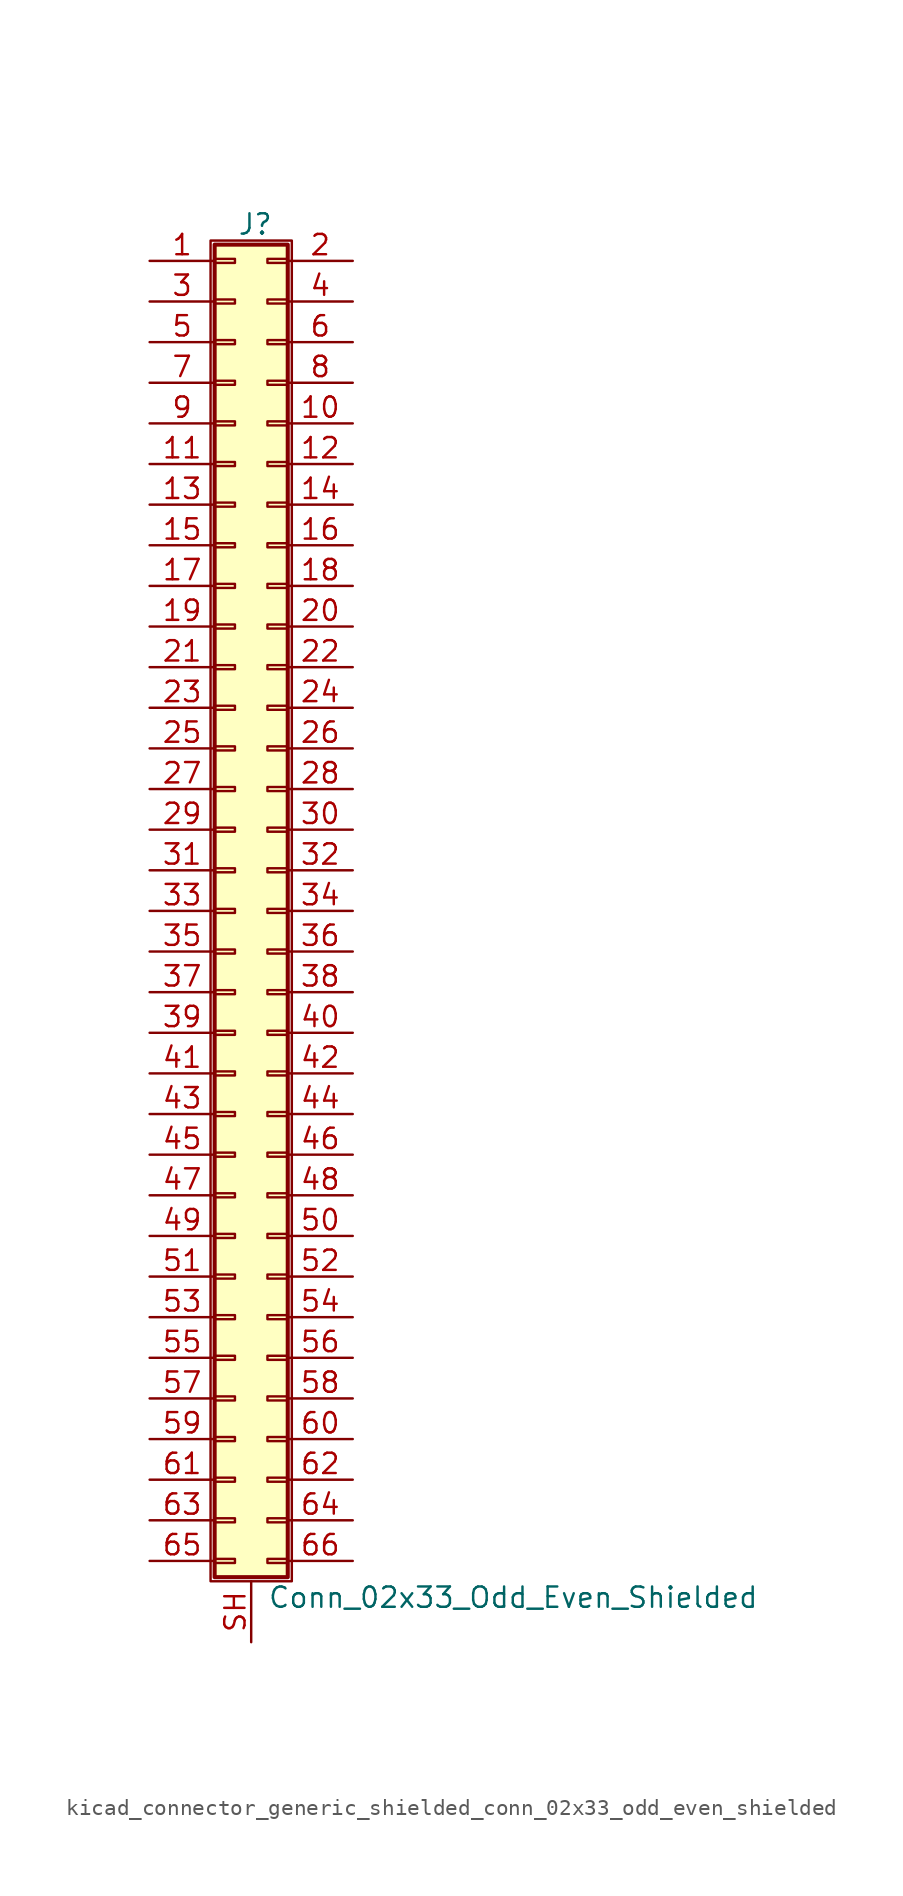
<source format=kicad_sym>
(kicad_symbol_lib
  (version 20220914)
  (generator kicad_symbol_editor)
  (symbol "kicad_connector_generic_shielded_conn_02x33_odd_even_shielded"
    (pin_names
      (offset 1.016) hide)
    (property "Reference" "J"
      (at 1.524 42.926 0)
      (effects (font (size 1.27 1.27))))
    (property "Value" "Conn_02x33_Odd_Even_Shielded"
      (at 2.286 -42.926 0)
      (effects (font (size 1.27 1.27)) (justify left)))
    (symbol "kicad_connector_generic_shielded_conn_02x33_odd_even_shielded_1_1"
      (rectangle (start -1.27 41.91) (end 3.81 -41.91) (stroke (width 0.152) (type default)) (fill (type none)))
      (rectangle (start -1.016 -40.513) (end 0.254 -40.767) (stroke (width 0.152) (type default)) (fill (type none)))
      (rectangle (start -1.016 -37.973) (end 0.254 -38.227) (stroke (width 0.152) (type default)) (fill (type none)))
      (rectangle (start -1.016 -35.433) (end 0.254 -35.687) (stroke (width 0.152) (type default)) (fill (type none)))
      (rectangle (start -1.016 -32.893) (end 0.254 -33.147) (stroke (width 0.152) (type default)) (fill (type none)))
      (rectangle (start -1.016 -30.353) (end 0.254 -30.607) (stroke (width 0.152) (type default)) (fill (type none)))
      (rectangle (start -1.016 -27.813) (end 0.254 -28.067) (stroke (width 0.152) (type default)) (fill (type none)))
      (rectangle (start -1.016 -25.273) (end 0.254 -25.527) (stroke (width 0.152) (type default)) (fill (type none)))
      (rectangle (start -1.016 -22.733) (end 0.254 -22.987) (stroke (width 0.152) (type default)) (fill (type none)))
      (rectangle (start -1.016 -20.193) (end 0.254 -20.447) (stroke (width 0.152) (type default)) (fill (type none)))
      (rectangle (start -1.016 -17.653) (end 0.254 -17.907) (stroke (width 0.152) (type default)) (fill (type none)))
      (rectangle (start -1.016 -15.113) (end 0.254 -15.367) (stroke (width 0.152) (type default)) (fill (type none)))
      (rectangle (start -1.016 -12.573) (end 0.254 -12.827) (stroke (width 0.152) (type default)) (fill (type none)))
      (rectangle (start -1.016 -10.033) (end 0.254 -10.287) (stroke (width 0.152) (type default)) (fill (type none)))
      (rectangle (start -1.016 -7.493) (end 0.254 -7.747) (stroke (width 0.152) (type default)) (fill (type none)))
      (rectangle (start -1.016 -4.953) (end 0.254 -5.207) (stroke (width 0.152) (type default)) (fill (type none)))
      (rectangle (start -1.016 -2.413) (end 0.254 -2.667) (stroke (width 0.152) (type default)) (fill (type none)))
      (rectangle (start -1.016 0.127) (end 0.254 -0.127) (stroke (width 0.152) (type default)) (fill (type none)))
      (rectangle (start -1.016 2.667) (end 0.254 2.413) (stroke (width 0.152) (type default)) (fill (type none)))
      (rectangle (start -1.016 5.207) (end 0.254 4.953) (stroke (width 0.152) (type default)) (fill (type none)))
      (rectangle (start -1.016 7.747) (end 0.254 7.493) (stroke (width 0.152) (type default)) (fill (type none)))
      (rectangle (start -1.016 10.287) (end 0.254 10.033) (stroke (width 0.152) (type default)) (fill (type none)))
      (rectangle (start -1.016 12.827) (end 0.254 12.573) (stroke (width 0.152) (type default)) (fill (type none)))
      (rectangle (start -1.016 15.367) (end 0.254 15.113) (stroke (width 0.152) (type default)) (fill (type none)))
      (rectangle (start -1.016 17.907) (end 0.254 17.653) (stroke (width 0.152) (type default)) (fill (type none)))
      (rectangle (start -1.016 20.447) (end 0.254 20.193) (stroke (width 0.152) (type default)) (fill (type none)))
      (rectangle (start -1.016 22.987) (end 0.254 22.733) (stroke (width 0.152) (type default)) (fill (type none)))
      (rectangle (start -1.016 25.527) (end 0.254 25.273) (stroke (width 0.152) (type default)) (fill (type none)))
      (rectangle (start -1.016 28.067) (end 0.254 27.813) (stroke (width 0.152) (type default)) (fill (type none)))
      (rectangle (start -1.016 30.607) (end 0.254 30.353) (stroke (width 0.152) (type default)) (fill (type none)))
      (rectangle (start -1.016 33.147) (end 0.254 32.893) (stroke (width 0.152) (type default)) (fill (type none)))
      (rectangle (start -1.016 35.687) (end 0.254 35.433) (stroke (width 0.152) (type default)) (fill (type none)))
      (rectangle (start -1.016 38.227) (end 0.254 37.973) (stroke (width 0.152) (type default)) (fill (type none)))
      (rectangle (start -1.016 40.767) (end 0.254 40.513) (stroke (width 0.152) (type default)) (fill (type none)))
      (rectangle (start -1.016 41.656) (end 3.556 -41.656) (stroke (width 0.254) (type default)) (fill (type background)))
      (rectangle (start 3.556 -40.513) (end 2.286 -40.767) (stroke (width 0.152) (type default)) (fill (type none)))
      (rectangle (start 3.556 -37.973) (end 2.286 -38.227) (stroke (width 0.152) (type default)) (fill (type none)))
      (rectangle (start 3.556 -35.433) (end 2.286 -35.687) (stroke (width 0.152) (type default)) (fill (type none)))
      (rectangle (start 3.556 -32.893) (end 2.286 -33.147) (stroke (width 0.152) (type default)) (fill (type none)))
      (rectangle (start 3.556 -30.353) (end 2.286 -30.607) (stroke (width 0.152) (type default)) (fill (type none)))
      (rectangle (start 3.556 -27.813) (end 2.286 -28.067) (stroke (width 0.152) (type default)) (fill (type none)))
      (rectangle (start 3.556 -25.273) (end 2.286 -25.527) (stroke (width 0.152) (type default)) (fill (type none)))
      (rectangle (start 3.556 -22.733) (end 2.286 -22.987) (stroke (width 0.152) (type default)) (fill (type none)))
      (rectangle (start 3.556 -20.193) (end 2.286 -20.447) (stroke (width 0.152) (type default)) (fill (type none)))
      (rectangle (start 3.556 -17.653) (end 2.286 -17.907) (stroke (width 0.152) (type default)) (fill (type none)))
      (rectangle (start 3.556 -15.113) (end 2.286 -15.367) (stroke (width 0.152) (type default)) (fill (type none)))
      (rectangle (start 3.556 -12.573) (end 2.286 -12.827) (stroke (width 0.152) (type default)) (fill (type none)))
      (rectangle (start 3.556 -10.033) (end 2.286 -10.287) (stroke (width 0.152) (type default)) (fill (type none)))
      (rectangle (start 3.556 -7.493) (end 2.286 -7.747) (stroke (width 0.152) (type default)) (fill (type none)))
      (rectangle (start 3.556 -4.953) (end 2.286 -5.207) (stroke (width 0.152) (type default)) (fill (type none)))
      (rectangle (start 3.556 -2.413) (end 2.286 -2.667) (stroke (width 0.152) (type default)) (fill (type none)))
      (rectangle (start 3.556 0.127) (end 2.286 -0.127) (stroke (width 0.152) (type default)) (fill (type none)))
      (rectangle (start 3.556 2.667) (end 2.286 2.413) (stroke (width 0.152) (type default)) (fill (type none)))
      (rectangle (start 3.556 5.207) (end 2.286 4.953) (stroke (width 0.152) (type default)) (fill (type none)))
      (rectangle (start 3.556 7.747) (end 2.286 7.493) (stroke (width 0.152) (type default)) (fill (type none)))
      (rectangle (start 3.556 10.287) (end 2.286 10.033) (stroke (width 0.152) (type default)) (fill (type none)))
      (rectangle (start 3.556 12.827) (end 2.286 12.573) (stroke (width 0.152) (type default)) (fill (type none)))
      (rectangle (start 3.556 15.367) (end 2.286 15.113) (stroke (width 0.152) (type default)) (fill (type none)))
      (rectangle (start 3.556 17.907) (end 2.286 17.653) (stroke (width 0.152) (type default)) (fill (type none)))
      (rectangle (start 3.556 20.447) (end 2.286 20.193) (stroke (width 0.152) (type default)) (fill (type none)))
      (rectangle (start 3.556 22.987) (end 2.286 22.733) (stroke (width 0.152) (type default)) (fill (type none)))
      (rectangle (start 3.556 25.527) (end 2.286 25.273) (stroke (width 0.152) (type default)) (fill (type none)))
      (rectangle (start 3.556 28.067) (end 2.286 27.813) (stroke (width 0.152) (type default)) (fill (type none)))
      (rectangle (start 3.556 30.607) (end 2.286 30.353) (stroke (width 0.152) (type default)) (fill (type none)))
      (rectangle (start 3.556 33.147) (end 2.286 32.893) (stroke (width 0.152) (type default)) (fill (type none)))
      (rectangle (start 3.556 35.687) (end 2.286 35.433) (stroke (width 0.152) (type default)) (fill (type none)))
      (rectangle (start 3.556 38.227) (end 2.286 37.973) (stroke (width 0.152) (type default)) (fill (type none)))
      (rectangle (start 3.556 40.767) (end 2.286 40.513) (stroke (width 0.152) (type default)) (fill (type none)))
      (pin passive line (at -5.08 40.64 0) (length 4.064) (name "Pin_1" (effects (font (size 1.27 1.27)))) (number "1" (effects (font (size 1.27 1.27)))))
      (pin passive line (at 7.62 30.48 180) (length 4.064) (name "Pin_10" (effects (font (size 1.27 1.27)))) (number "10" (effects (font (size 1.27 1.27)))))
      (pin passive line (at -5.08 27.94 0) (length 4.064) (name "Pin_11" (effects (font (size 1.27 1.27)))) (number "11" (effects (font (size 1.27 1.27)))))
      (pin passive line (at 7.62 27.94 180) (length 4.064) (name "Pin_12" (effects (font (size 1.27 1.27)))) (number "12" (effects (font (size 1.27 1.27)))))
      (pin passive line (at -5.08 25.4 0) (length 4.064) (name "Pin_13" (effects (font (size 1.27 1.27)))) (number "13" (effects (font (size 1.27 1.27)))))
      (pin passive line (at 7.62 25.4 180) (length 4.064) (name "Pin_14" (effects (font (size 1.27 1.27)))) (number "14" (effects (font (size 1.27 1.27)))))
      (pin passive line (at -5.08 22.86 0) (length 4.064) (name "Pin_15" (effects (font (size 1.27 1.27)))) (number "15" (effects (font (size 1.27 1.27)))))
      (pin passive line (at 7.62 22.86 180) (length 4.064) (name "Pin_16" (effects (font (size 1.27 1.27)))) (number "16" (effects (font (size 1.27 1.27)))))
      (pin passive line (at -5.08 20.32 0) (length 4.064) (name "Pin_17" (effects (font (size 1.27 1.27)))) (number "17" (effects (font (size 1.27 1.27)))))
      (pin passive line (at 7.62 20.32 180) (length 4.064) (name "Pin_18" (effects (font (size 1.27 1.27)))) (number "18" (effects (font (size 1.27 1.27)))))
      (pin passive line (at -5.08 17.78 0) (length 4.064) (name "Pin_19" (effects (font (size 1.27 1.27)))) (number "19" (effects (font (size 1.27 1.27)))))
      (pin passive line (at 7.62 40.64 180) (length 4.064) (name "Pin_2" (effects (font (size 1.27 1.27)))) (number "2" (effects (font (size 1.27 1.27)))))
      (pin passive line (at 7.62 17.78 180) (length 4.064) (name "Pin_20" (effects (font (size 1.27 1.27)))) (number "20" (effects (font (size 1.27 1.27)))))
      (pin passive line (at -5.08 15.24 0) (length 4.064) (name "Pin_21" (effects (font (size 1.27 1.27)))) (number "21" (effects (font (size 1.27 1.27)))))
      (pin passive line (at 7.62 15.24 180) (length 4.064) (name "Pin_22" (effects (font (size 1.27 1.27)))) (number "22" (effects (font (size 1.27 1.27)))))
      (pin passive line (at -5.08 12.7 0) (length 4.064) (name "Pin_23" (effects (font (size 1.27 1.27)))) (number "23" (effects (font (size 1.27 1.27)))))
      (pin passive line (at 7.62 12.7 180) (length 4.064) (name "Pin_24" (effects (font (size 1.27 1.27)))) (number "24" (effects (font (size 1.27 1.27)))))
      (pin passive line (at -5.08 10.16 0) (length 4.064) (name "Pin_25" (effects (font (size 1.27 1.27)))) (number "25" (effects (font (size 1.27 1.27)))))
      (pin passive line (at 7.62 10.16 180) (length 4.064) (name "Pin_26" (effects (font (size 1.27 1.27)))) (number "26" (effects (font (size 1.27 1.27)))))
      (pin passive line (at -5.08 7.62 0) (length 4.064) (name "Pin_27" (effects (font (size 1.27 1.27)))) (number "27" (effects (font (size 1.27 1.27)))))
      (pin passive line (at 7.62 7.62 180) (length 4.064) (name "Pin_28" (effects (font (size 1.27 1.27)))) (number "28" (effects (font (size 1.27 1.27)))))
      (pin passive line (at -5.08 5.08 0) (length 4.064) (name "Pin_29" (effects (font (size 1.27 1.27)))) (number "29" (effects (font (size 1.27 1.27)))))
      (pin passive line (at -5.08 38.1 0) (length 4.064) (name "Pin_3" (effects (font (size 1.27 1.27)))) (number "3" (effects (font (size 1.27 1.27)))))
      (pin passive line (at 7.62 5.08 180) (length 4.064) (name "Pin_30" (effects (font (size 1.27 1.27)))) (number "30" (effects (font (size 1.27 1.27)))))
      (pin passive line (at -5.08 2.54 0) (length 4.064) (name "Pin_31" (effects (font (size 1.27 1.27)))) (number "31" (effects (font (size 1.27 1.27)))))
      (pin passive line (at 7.62 2.54 180) (length 4.064) (name "Pin_32" (effects (font (size 1.27 1.27)))) (number "32" (effects (font (size 1.27 1.27)))))
      (pin passive line (at -5.08 0 0) (length 4.064) (name "Pin_33" (effects (font (size 1.27 1.27)))) (number "33" (effects (font (size 1.27 1.27)))))
      (pin passive line (at 7.62 0 180) (length 4.064) (name "Pin_34" (effects (font (size 1.27 1.27)))) (number "34" (effects (font (size 1.27 1.27)))))
      (pin passive line (at -5.08 -2.54 0) (length 4.064) (name "Pin_35" (effects (font (size 1.27 1.27)))) (number "35" (effects (font (size 1.27 1.27)))))
      (pin passive line (at 7.62 -2.54 180) (length 4.064) (name "Pin_36" (effects (font (size 1.27 1.27)))) (number "36" (effects (font (size 1.27 1.27)))))
      (pin passive line (at -5.08 -5.08 0) (length 4.064) (name "Pin_37" (effects (font (size 1.27 1.27)))) (number "37" (effects (font (size 1.27 1.27)))))
      (pin passive line (at 7.62 -5.08 180) (length 4.064) (name "Pin_38" (effects (font (size 1.27 1.27)))) (number "38" (effects (font (size 1.27 1.27)))))
      (pin passive line (at -5.08 -7.62 0) (length 4.064) (name "Pin_39" (effects (font (size 1.27 1.27)))) (number "39" (effects (font (size 1.27 1.27)))))
      (pin passive line (at 7.62 38.1 180) (length 4.064) (name "Pin_4" (effects (font (size 1.27 1.27)))) (number "4" (effects (font (size 1.27 1.27)))))
      (pin passive line (at 7.62 -7.62 180) (length 4.064) (name "Pin_40" (effects (font (size 1.27 1.27)))) (number "40" (effects (font (size 1.27 1.27)))))
      (pin passive line (at -5.08 -10.16 0) (length 4.064) (name "Pin_41" (effects (font (size 1.27 1.27)))) (number "41" (effects (font (size 1.27 1.27)))))
      (pin passive line (at 7.62 -10.16 180) (length 4.064) (name "Pin_42" (effects (font (size 1.27 1.27)))) (number "42" (effects (font (size 1.27 1.27)))))
      (pin passive line (at -5.08 -12.7 0) (length 4.064) (name "Pin_43" (effects (font (size 1.27 1.27)))) (number "43" (effects (font (size 1.27 1.27)))))
      (pin passive line (at 7.62 -12.7 180) (length 4.064) (name "Pin_44" (effects (font (size 1.27 1.27)))) (number "44" (effects (font (size 1.27 1.27)))))
      (pin passive line (at -5.08 -15.24 0) (length 4.064) (name "Pin_45" (effects (font (size 1.27 1.27)))) (number "45" (effects (font (size 1.27 1.27)))))
      (pin passive line (at 7.62 -15.24 180) (length 4.064) (name "Pin_46" (effects (font (size 1.27 1.27)))) (number "46" (effects (font (size 1.27 1.27)))))
      (pin passive line (at -5.08 -17.78 0) (length 4.064) (name "Pin_47" (effects (font (size 1.27 1.27)))) (number "47" (effects (font (size 1.27 1.27)))))
      (pin passive line (at 7.62 -17.78 180) (length 4.064) (name "Pin_48" (effects (font (size 1.27 1.27)))) (number "48" (effects (font (size 1.27 1.27)))))
      (pin passive line (at -5.08 -20.32 0) (length 4.064) (name "Pin_49" (effects (font (size 1.27 1.27)))) (number "49" (effects (font (size 1.27 1.27)))))
      (pin passive line (at -5.08 35.56 0) (length 4.064) (name "Pin_5" (effects (font (size 1.27 1.27)))) (number "5" (effects (font (size 1.27 1.27)))))
      (pin passive line (at 7.62 -20.32 180) (length 4.064) (name "Pin_50" (effects (font (size 1.27 1.27)))) (number "50" (effects (font (size 1.27 1.27)))))
      (pin passive line (at -5.08 -22.86 0) (length 4.064) (name "Pin_51" (effects (font (size 1.27 1.27)))) (number "51" (effects (font (size 1.27 1.27)))))
      (pin passive line (at 7.62 -22.86 180) (length 4.064) (name "Pin_52" (effects (font (size 1.27 1.27)))) (number "52" (effects (font (size 1.27 1.27)))))
      (pin passive line (at -5.08 -25.4 0) (length 4.064) (name "Pin_53" (effects (font (size 1.27 1.27)))) (number "53" (effects (font (size 1.27 1.27)))))
      (pin passive line (at 7.62 -25.4 180) (length 4.064) (name "Pin_54" (effects (font (size 1.27 1.27)))) (number "54" (effects (font (size 1.27 1.27)))))
      (pin passive line (at -5.08 -27.94 0) (length 4.064) (name "Pin_55" (effects (font (size 1.27 1.27)))) (number "55" (effects (font (size 1.27 1.27)))))
      (pin passive line (at 7.62 -27.94 180) (length 4.064) (name "Pin_56" (effects (font (size 1.27 1.27)))) (number "56" (effects (font (size 1.27 1.27)))))
      (pin passive line (at -5.08 -30.48 0) (length 4.064) (name "Pin_57" (effects (font (size 1.27 1.27)))) (number "57" (effects (font (size 1.27 1.27)))))
      (pin passive line (at 7.62 -30.48 180) (length 4.064) (name "Pin_58" (effects (font (size 1.27 1.27)))) (number "58" (effects (font (size 1.27 1.27)))))
      (pin passive line (at -5.08 -33.02 0) (length 4.064) (name "Pin_59" (effects (font (size 1.27 1.27)))) (number "59" (effects (font (size 1.27 1.27)))))
      (pin passive line (at 7.62 35.56 180) (length 4.064) (name "Pin_6" (effects (font (size 1.27 1.27)))) (number "6" (effects (font (size 1.27 1.27)))))
      (pin passive line (at 7.62 -33.02 180) (length 4.064) (name "Pin_60" (effects (font (size 1.27 1.27)))) (number "60" (effects (font (size 1.27 1.27)))))
      (pin passive line (at -5.08 -35.56 0) (length 4.064) (name "Pin_61" (effects (font (size 1.27 1.27)))) (number "61" (effects (font (size 1.27 1.27)))))
      (pin passive line (at 7.62 -35.56 180) (length 4.064) (name "Pin_62" (effects (font (size 1.27 1.27)))) (number "62" (effects (font (size 1.27 1.27)))))
      (pin passive line (at -5.08 -38.1 0) (length 4.064) (name "Pin_63" (effects (font (size 1.27 1.27)))) (number "63" (effects (font (size 1.27 1.27)))))
      (pin passive line (at 7.62 -38.1 180) (length 4.064) (name "Pin_64" (effects (font (size 1.27 1.27)))) (number "64" (effects (font (size 1.27 1.27)))))
      (pin passive line (at -5.08 -40.64 0) (length 4.064) (name "Pin_65" (effects (font (size 1.27 1.27)))) (number "65" (effects (font (size 1.27 1.27)))))
      (pin passive line (at 7.62 -40.64 180) (length 4.064) (name "Pin_66" (effects (font (size 1.27 1.27)))) (number "66" (effects (font (size 1.27 1.27)))))
      (pin passive line (at -5.08 33.02 0) (length 4.064) (name "Pin_7" (effects (font (size 1.27 1.27)))) (number "7" (effects (font (size 1.27 1.27)))))
      (pin passive line (at 7.62 33.02 180) (length 4.064) (name "Pin_8" (effects (font (size 1.27 1.27)))) (number "8" (effects (font (size 1.27 1.27)))))
      (pin passive line (at -5.08 30.48 0) (length 4.064) (name "Pin_9" (effects (font (size 1.27 1.27)))) (number "9" (effects (font (size 1.27 1.27)))))
      (pin passive line (at 1.27 -45.72 90) (length 3.81) (name "Shield" (effects (font (size 1.27 1.27)))) (number "SH" (effects (font (size 1.27 1.27))))))))
</source>
